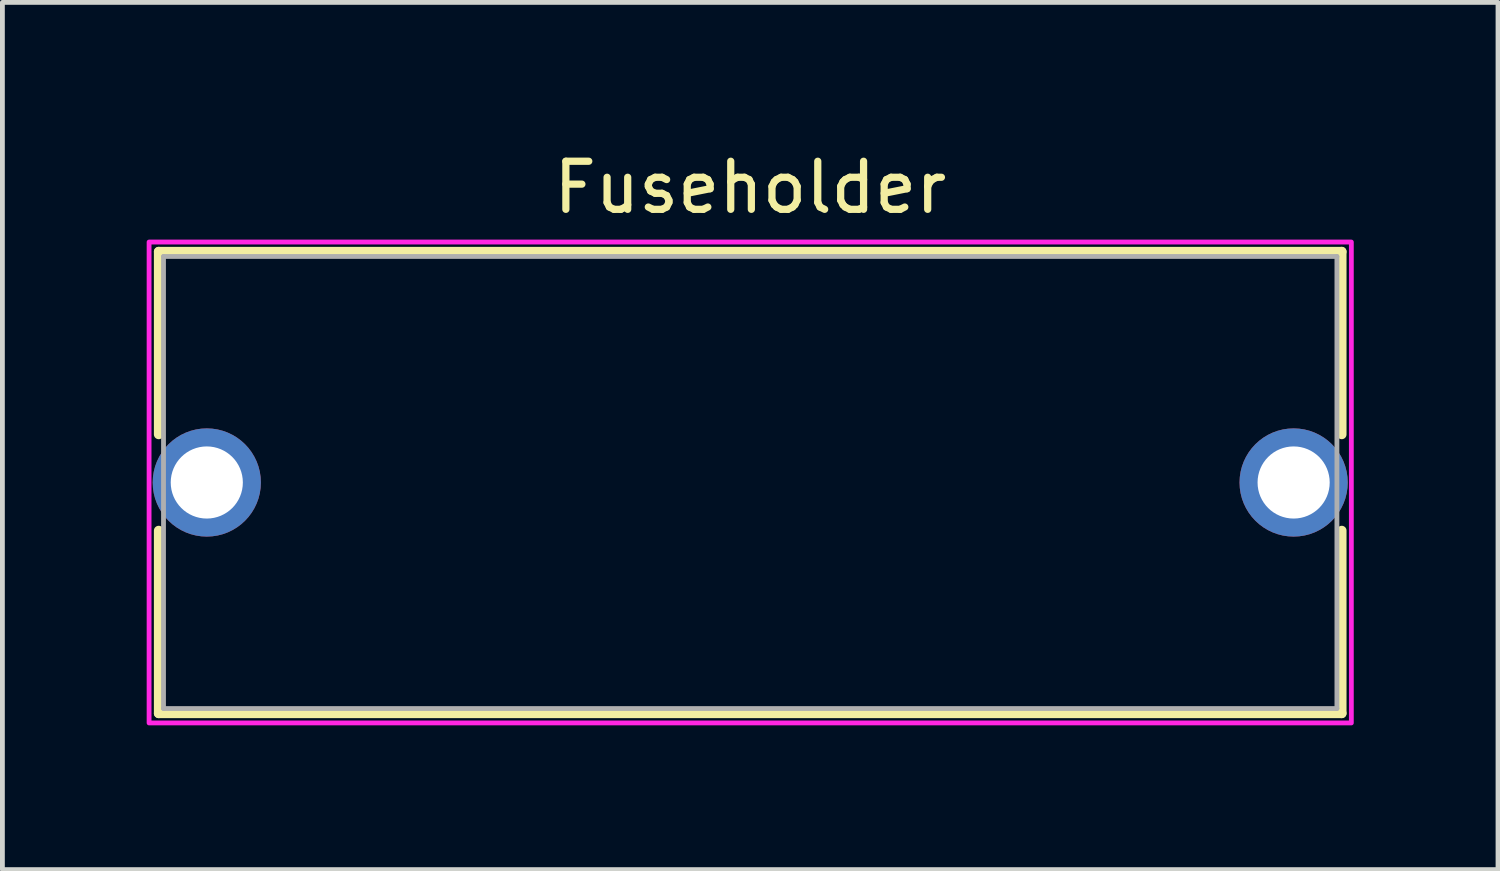
<source format=kicad_pcb>
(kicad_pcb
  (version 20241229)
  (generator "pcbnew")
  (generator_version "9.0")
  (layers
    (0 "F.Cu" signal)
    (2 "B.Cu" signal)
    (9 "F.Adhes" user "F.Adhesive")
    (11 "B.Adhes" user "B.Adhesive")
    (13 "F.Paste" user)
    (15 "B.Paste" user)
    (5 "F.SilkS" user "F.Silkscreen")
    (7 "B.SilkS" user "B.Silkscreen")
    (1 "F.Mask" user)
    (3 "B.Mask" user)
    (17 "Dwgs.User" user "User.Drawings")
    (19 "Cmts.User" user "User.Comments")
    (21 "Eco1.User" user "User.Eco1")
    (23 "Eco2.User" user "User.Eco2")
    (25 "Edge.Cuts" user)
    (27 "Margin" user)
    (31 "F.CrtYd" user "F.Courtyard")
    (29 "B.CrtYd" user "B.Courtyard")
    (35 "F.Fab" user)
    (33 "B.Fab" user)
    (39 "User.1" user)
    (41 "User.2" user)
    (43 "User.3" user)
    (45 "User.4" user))
  (footprint "Fuseholder"
    (layer "F.Cu")
    (at 12.55 6.983)
    (property "Reference" "Fuseholder" (at 0 -6.135 0) (layer "F.SilkS") (effects (font (size 1 1) (thickness 0.15))))
    (attr through_hole)
    (fp_line (start -12.3 -4.8) (end -12.3 -1) (stroke (width 0.2) (type solid)) (layer "F.SilkS"))
    (fp_line (start -12.3 -4.8) (end 12.3 -4.8) (stroke (width 0.2) (type solid)) (layer "F.SilkS"))
    (fp_line (start -12.3 4.8) (end -12.3 1) (stroke (width 0.2) (type solid)) (layer "F.SilkS"))
    (fp_line (start 12.3 -4.8) (end 12.3 -1) (stroke (width 0.2) (type solid)) (layer "F.SilkS"))
    (fp_line (start 12.3 4.8) (end -12.3 4.8) (stroke (width 0.2) (type solid)) (layer "F.SilkS"))
    (fp_line (start 12.3 4.8) (end 12.3 1) (stroke (width 0.2) (type solid)) (layer "F.SilkS"))
    (fp_poly (pts (xy -12.5 -5) (xy 12.5 -5) (xy 12.5 5) (xy -12.5 5)) (stroke (width 0.1) (type solid)) (fill no) (layer "F.CrtYd"))
    (fp_line (start -12.2 -4.7) (end 12.2 -4.7) (stroke (width 0.1) (type solid)) (layer "F.Fab"))
    (fp_line (start -12.2 4.7) (end -12.2 -4.7) (stroke (width 0.1) (type solid)) (layer "F.Fab"))
    (fp_line (start 12.2 -4.7) (end 12.2 4.7) (stroke (width 0.1) (type solid)) (layer "F.Fab"))
    (fp_line (start 12.2 4.7) (end -12.2 4.7) (stroke (width 0.1) (type solid)) (layer "F.Fab"))
    (pad "1" thru_hole circle (at -11.3 0) (size 2.25 2.25) (drill 1.5) (layers "*.Cu" "*.Mask"))
    (pad "2" thru_hole circle (at 11.3 0) (size 2.25 2.25) (drill 1.5) (layers "*.Cu" "*.Mask")))
  (gr_rect
    (start -3 -3)
    (end 28.1 15.033)
    (stroke (width 0.1) (type default))
    (fill no)
    (layer "Edge.Cuts")))
</source>
